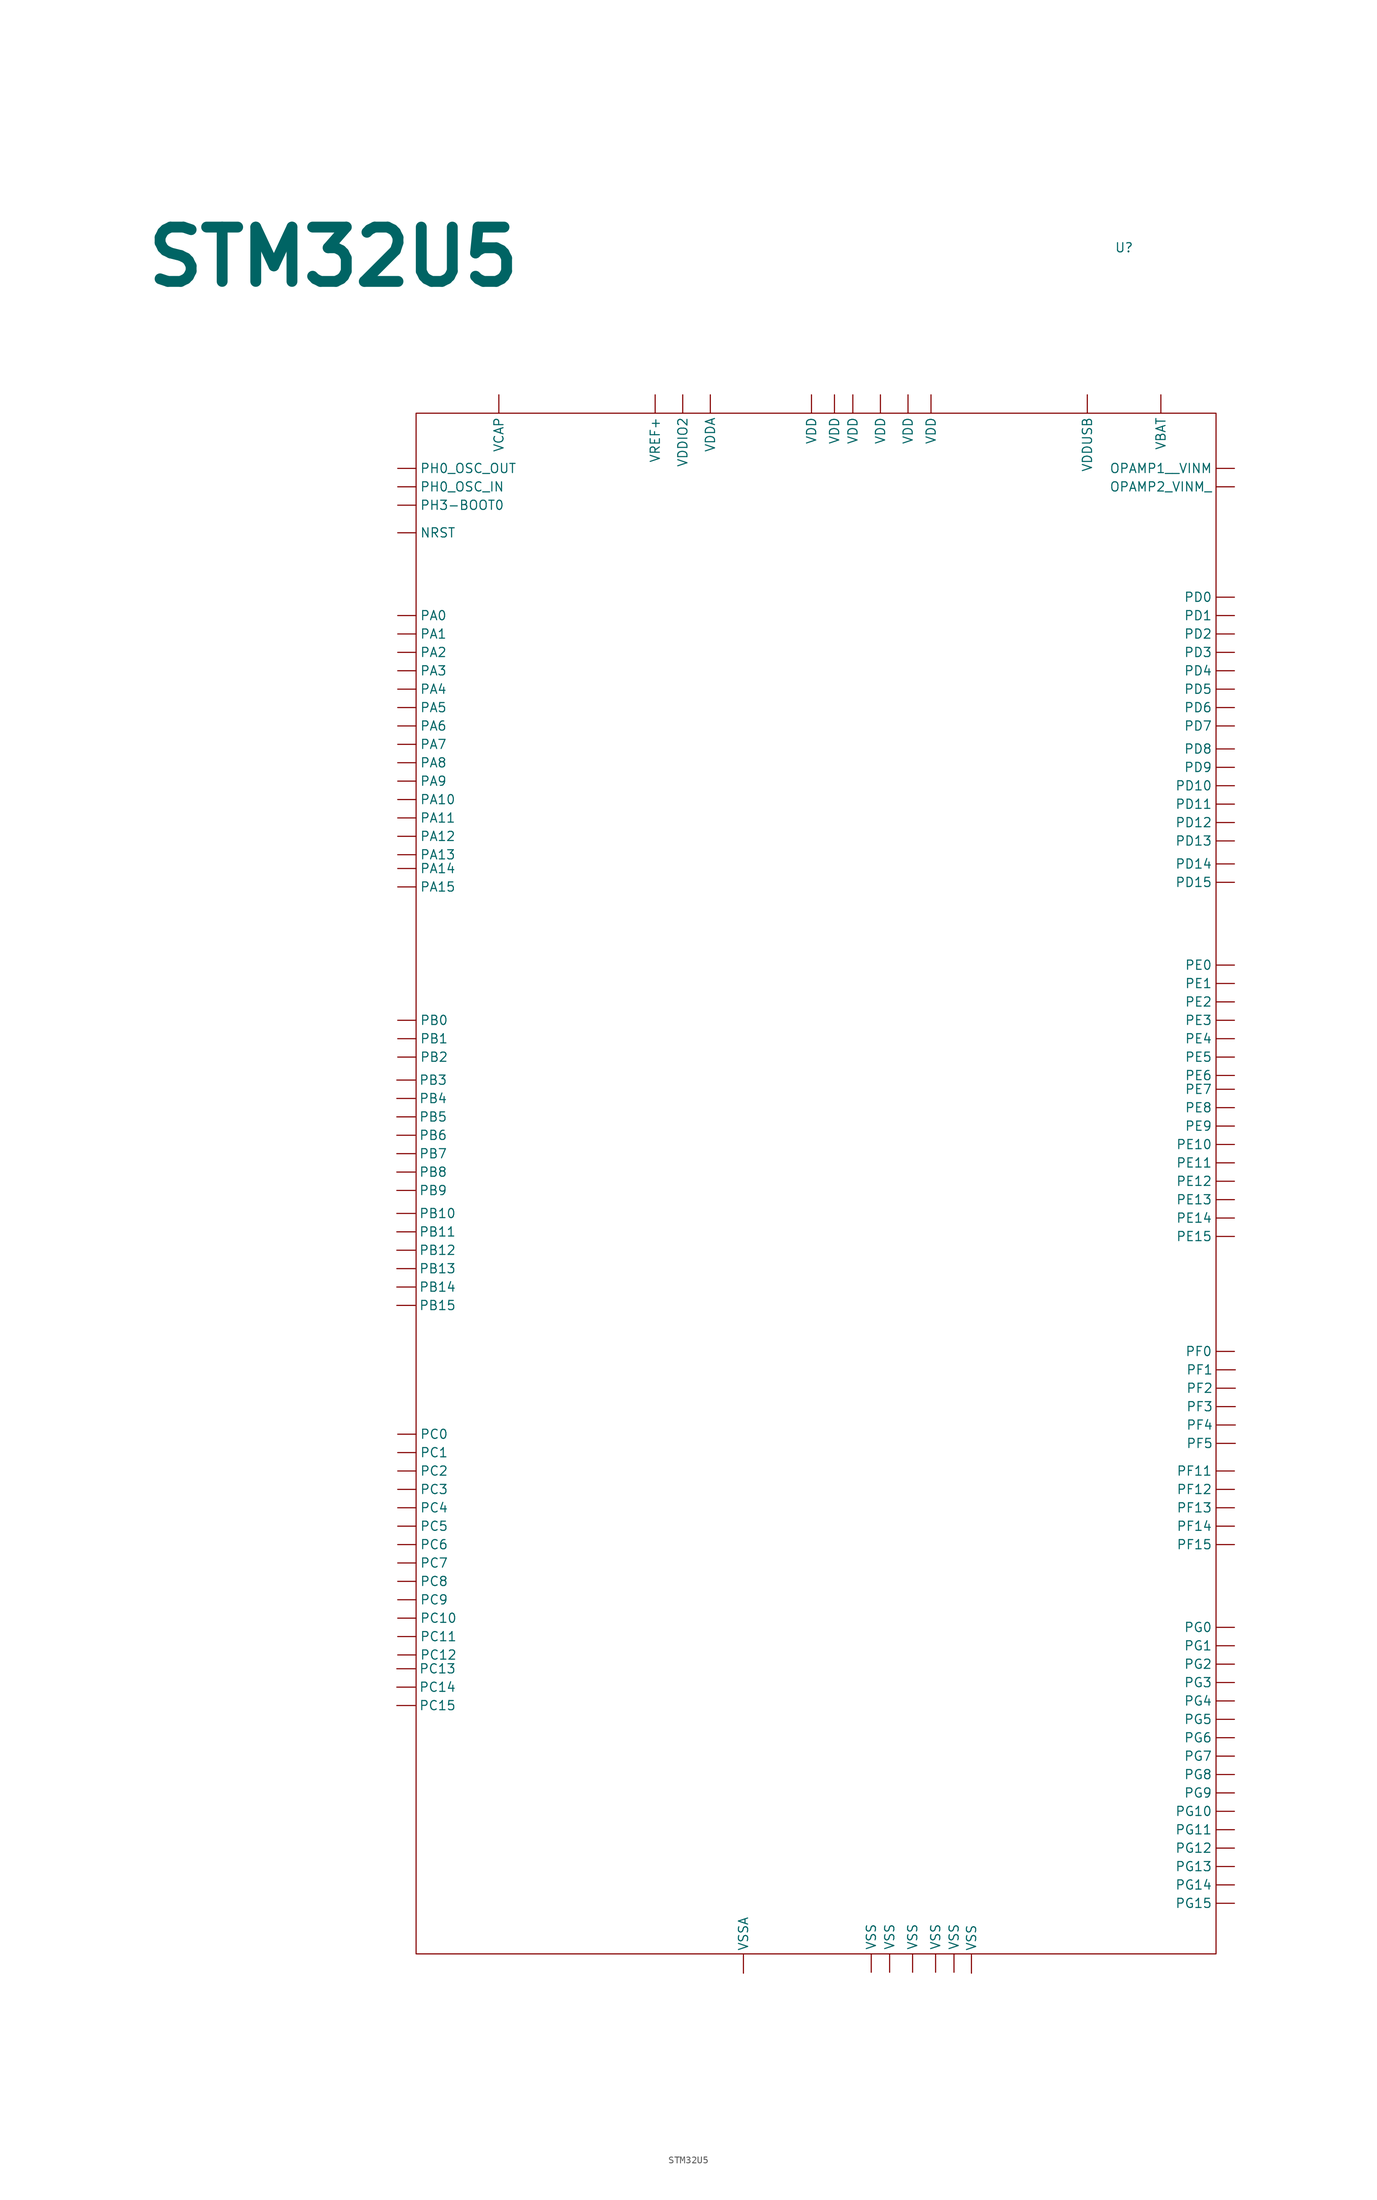
<source format=kicad_sym>
(kicad_symbol_lib
  (version 20211014)
  (generator kicad_symbol_editor)
  (symbol "STM32U5"
    (property "Reference" "U"
      (at 43.18 127 0)
      (effects (font (size 1.27 1.27))))
    (property "Value" "STM32U5"
      (at -66.04 125.73 0)
      (effects (font (size 7.5 7.5) bold)))
    (symbol "STM32U5_0_0"
      (pin input line (at -57.15 87.63 0) (length 2.54) (name "NRST" (effects (font (size 1.27 1.27)))) (number "" (effects (font (size 1.27 1.27)))))
      (pin input line (at 58.42 96.52 180) (length 2.54) (name "OPAMP1__VINM" (effects (font (size 1.27 1.27)))) (number "" (effects (font (size 1.27 1.27)))))
      (pin input line (at 58.42 93.98 180) (length 2.54) (name "OPAMP2_VINM_" (effects (font (size 1.27 1.27)))) (number "" (effects (font (size 1.27 1.27)))))
      (pin input line (at -57.15 76.2 0) (length 2.54) (name "PA0" (effects (font (size 1.27 1.27)))) (number "" (effects (font (size 1.27 1.27)))))
      (pin input line (at -57.15 73.66 0) (length 2.54) (name "PA1" (effects (font (size 1.27 1.27)))) (number "" (effects (font (size 1.27 1.27)))))
      (pin input line (at -57.15 50.8 0) (length 2.54) (name "PA10" (effects (font (size 1.27 1.27)))) (number "" (effects (font (size 1.27 1.27)))))
      (pin input line (at -57.15 48.26 0) (length 2.54) (name "PA11" (effects (font (size 1.27 1.27)))) (number "" (effects (font (size 1.27 1.27)))))
      (pin input line (at -57.15 45.72 0) (length 2.54) (name "PA12" (effects (font (size 1.27 1.27)))) (number "" (effects (font (size 1.27 1.27)))))
      (pin input line (at -57.15 43.18 0) (length 2.54) (name "PA13" (effects (font (size 1.27 1.27)))) (number "" (effects (font (size 1.27 1.27)))))
      (pin input line (at -57.15 41.275 0) (length 2.54) (name "PA14" (effects (font (size 1.27 1.27)))) (number "" (effects (font (size 1.27 1.27)))))
      (pin input line (at -57.15 38.735 0) (length 2.54) (name "PA15" (effects (font (size 1.27 1.27)))) (number "" (effects (font (size 1.27 1.27)))))
      (pin input line (at -57.15 71.12 0) (length 2.54) (name "PA2" (effects (font (size 1.27 1.27)))) (number "" (effects (font (size 1.27 1.27)))))
      (pin input line (at -57.15 68.58 0) (length 2.54) (name "PA3" (effects (font (size 1.27 1.27)))) (number "" (effects (font (size 1.27 1.27)))))
      (pin input line (at -57.15 66.04 0) (length 2.54) (name "PA4" (effects (font (size 1.27 1.27)))) (number "" (effects (font (size 1.27 1.27)))))
      (pin input line (at -57.15 63.5 0) (length 2.54) (name "PA5" (effects (font (size 1.27 1.27)))) (number "" (effects (font (size 1.27 1.27)))))
      (pin input line (at -57.15 60.96 0) (length 2.54) (name "PA6" (effects (font (size 1.27 1.27)))) (number "" (effects (font (size 1.27 1.27)))))
      (pin input line (at -57.15 58.42 0) (length 2.54) (name "PA7" (effects (font (size 1.27 1.27)))) (number "" (effects (font (size 1.27 1.27)))))
      (pin input line (at -57.15 55.88 0) (length 2.54) (name "PA8" (effects (font (size 1.27 1.27)))) (number "" (effects (font (size 1.27 1.27)))))
      (pin input line (at -57.15 53.34 0) (length 2.54) (name "PA9" (effects (font (size 1.27 1.27)))) (number "" (effects (font (size 1.27 1.27)))))
      (pin input line (at -57.15 20.32 0) (length 2.54) (name "PB0" (effects (font (size 1.27 1.27)))) (number "" (effects (font (size 1.27 1.27)))))
      (pin input line (at -57.15 17.78 0) (length 2.54) (name "PB1" (effects (font (size 1.27 1.27)))) (number "" (effects (font (size 1.27 1.27)))))
      (pin input line (at -57.277 -6.35 0) (length 2.54) (name "PB10" (effects (font (size 1.27 1.27)))) (number "" (effects (font (size 1.27 1.27)))))
      (pin input line (at -57.277 -8.89 0) (length 2.54) (name "PB11" (effects (font (size 1.27 1.27)))) (number "" (effects (font (size 1.27 1.27)))))
      (pin input line (at -57.277 -11.43 0) (length 2.54) (name "PB12" (effects (font (size 1.27 1.27)))) (number "" (effects (font (size 1.27 1.27)))))
      (pin input line (at -57.277 -13.97 0) (length 2.54) (name "PB13" (effects (font (size 1.27 1.27)))) (number "" (effects (font (size 1.27 1.27)))))
      (pin input line (at -57.277 -16.51 0) (length 2.54) (name "PB14" (effects (font (size 1.27 1.27)))) (number "" (effects (font (size 1.27 1.27)))))
      (pin input line (at -57.277 -19.05 0) (length 2.54) (name "PB15" (effects (font (size 1.27 1.27)))) (number "" (effects (font (size 1.27 1.27)))))
      (pin input line (at -57.15 15.24 0) (length 2.54) (name "PB2" (effects (font (size 1.27 1.27)))) (number "" (effects (font (size 1.27 1.27)))))
      (pin input line (at -57.277 12.065 0) (length 2.54) (name "PB3" (effects (font (size 1.27 1.27)))) (number "" (effects (font (size 1.27 1.27)))))
      (pin input line (at -57.277 9.525 0) (length 2.54) (name "PB4" (effects (font (size 1.27 1.27)))) (number "" (effects (font (size 1.27 1.27)))))
      (pin input line (at -57.277 6.985 0) (length 2.54) (name "PB5" (effects (font (size 1.27 1.27)))) (number "" (effects (font (size 1.27 1.27)))))
      (pin input line (at -57.277 4.445 0) (length 2.54) (name "PB6" (effects (font (size 1.27 1.27)))) (number "" (effects (font (size 1.27 1.27)))))
      (pin input line (at -57.277 1.905 0) (length 2.54) (name "PB7" (effects (font (size 1.27 1.27)))) (number "" (effects (font (size 1.27 1.27)))))
      (pin input line (at -57.277 -0.635 0) (length 2.54) (name "PB8" (effects (font (size 1.27 1.27)))) (number "" (effects (font (size 1.27 1.27)))))
      (pin input line (at -57.277 -3.175 0) (length 2.54) (name "PB9" (effects (font (size 1.27 1.27)))) (number "" (effects (font (size 1.27 1.27)))))
      (pin input line (at -57.15 -36.83 0) (length 2.54) (name "PC0" (effects (font (size 1.27 1.27)))) (number "" (effects (font (size 1.27 1.27)))))
      (pin input line (at -57.15 -39.37 0) (length 2.54) (name "PC1" (effects (font (size 1.27 1.27)))) (number "" (effects (font (size 1.27 1.27)))))
      (pin input line (at -57.15 -62.23 0) (length 2.54) (name "PC10" (effects (font (size 1.27 1.27)))) (number "" (effects (font (size 1.27 1.27)))))
      (pin input line (at -57.15 -64.77 0) (length 2.54) (name "PC11" (effects (font (size 1.27 1.27)))) (number "" (effects (font (size 1.27 1.27)))))
      (pin input line (at -57.15 -67.31 0) (length 2.54) (name "PC12" (effects (font (size 1.27 1.27)))) (number "" (effects (font (size 1.27 1.27)))))
      (pin input line (at -57.15 -41.91 0) (length 2.54) (name "PC2" (effects (font (size 1.27 1.27)))) (number "" (effects (font (size 1.27 1.27)))))
      (pin input line (at -57.15 -44.45 0) (length 2.54) (name "PC3" (effects (font (size 1.27 1.27)))) (number "" (effects (font (size 1.27 1.27)))))
      (pin input line (at -57.15 -46.99 0) (length 2.54) (name "PC4" (effects (font (size 1.27 1.27)))) (number "" (effects (font (size 1.27 1.27)))))
      (pin input line (at -57.15 -49.53 0) (length 2.54) (name "PC5" (effects (font (size 1.27 1.27)))) (number "" (effects (font (size 1.27 1.27)))))
      (pin input line (at -57.15 -52.07 0) (length 2.54) (name "PC6" (effects (font (size 1.27 1.27)))) (number "" (effects (font (size 1.27 1.27)))))
      (pin input line (at -57.15 -54.61 0) (length 2.54) (name "PC7" (effects (font (size 1.27 1.27)))) (number "" (effects (font (size 1.27 1.27)))))
      (pin input line (at -57.15 -57.15 0) (length 2.54) (name "PC8" (effects (font (size 1.27 1.27)))) (number "" (effects (font (size 1.27 1.27)))))
      (pin input line (at -57.15 -59.69 0) (length 2.54) (name "PC9" (effects (font (size 1.27 1.27)))) (number "" (effects (font (size 1.27 1.27)))))
      (pin input line (at 58.42 78.74 180) (length 2.54) (name "PD0" (effects (font (size 1.27 1.27)))) (number "" (effects (font (size 1.27 1.27)))))
      (pin input line (at 58.42 76.2 180) (length 2.54) (name "PD1" (effects (font (size 1.27 1.27)))) (number "" (effects (font (size 1.27 1.27)))))
      (pin input line (at 58.42 52.705 180) (length 2.54) (name "PD10" (effects (font (size 1.27 1.27)))) (number "" (effects (font (size 1.27 1.27)))))
      (pin input line (at 58.42 50.165 180) (length 2.54) (name "PD11" (effects (font (size 1.27 1.27)))) (number "" (effects (font (size 1.27 1.27)))))
      (pin input line (at 58.42 47.625 180) (length 2.54) (name "PD12" (effects (font (size 1.27 1.27)))) (number "" (effects (font (size 1.27 1.27)))))
      (pin input line (at 58.42 45.085 180) (length 2.54) (name "PD13" (effects (font (size 1.27 1.27)))) (number "" (effects (font (size 1.27 1.27)))))
      (pin input line (at 58.42 41.91 180) (length 2.54) (name "PD14" (effects (font (size 1.27 1.27)))) (number "" (effects (font (size 1.27 1.27)))))
      (pin input line (at 58.42 39.37 180) (length 2.54) (name "PD15" (effects (font (size 1.27 1.27)))) (number "" (effects (font (size 1.27 1.27)))))
      (pin input line (at 58.42 73.66 180) (length 2.54) (name "PD2" (effects (font (size 1.27 1.27)))) (number "" (effects (font (size 1.27 1.27)))))
      (pin input line (at 58.42 71.12 180) (length 2.54) (name "PD3" (effects (font (size 1.27 1.27)))) (number "" (effects (font (size 1.27 1.27)))))
      (pin input line (at 58.42 68.58 180) (length 2.54) (name "PD4" (effects (font (size 1.27 1.27)))) (number "" (effects (font (size 1.27 1.27)))))
      (pin input line (at 58.42 66.04 180) (length 2.54) (name "PD5" (effects (font (size 1.27 1.27)))) (number "" (effects (font (size 1.27 1.27)))))
      (pin input line (at 58.42 63.5 180) (length 2.54) (name "PD6" (effects (font (size 1.27 1.27)))) (number "" (effects (font (size 1.27 1.27)))))
      (pin input line (at 58.42 60.96 180) (length 2.54) (name "PD7" (effects (font (size 1.27 1.27)))) (number "" (effects (font (size 1.27 1.27)))))
      (pin input line (at 58.42 57.785 180) (length 2.54) (name "PD8" (effects (font (size 1.27 1.27)))) (number "" (effects (font (size 1.27 1.27)))))
      (pin input line (at 58.42 55.245 180) (length 2.54) (name "PD9" (effects (font (size 1.27 1.27)))) (number "" (effects (font (size 1.27 1.27)))))
      (pin input line (at 58.42 27.94 180) (length 2.54) (name "PE0" (effects (font (size 1.27 1.27)))) (number "" (effects (font (size 1.27 1.27)))))
      (pin input line (at 58.42 25.4 180) (length 2.54) (name "PE1" (effects (font (size 1.27 1.27)))) (number "" (effects (font (size 1.27 1.27)))))
      (pin input line (at 58.42 3.175 180) (length 2.54) (name "PE10" (effects (font (size 1.27 1.27)))) (number "" (effects (font (size 1.27 1.27)))))
      (pin input line (at 58.42 0.635 180) (length 2.54) (name "PE11" (effects (font (size 1.27 1.27)))) (number "" (effects (font (size 1.27 1.27)))))
      (pin input line (at 58.42 -1.905 180) (length 2.54) (name "PE12" (effects (font (size 1.27 1.27)))) (number "" (effects (font (size 1.27 1.27)))))
      (pin input line (at 58.42 -4.445 180) (length 2.54) (name "PE13" (effects (font (size 1.27 1.27)))) (number "" (effects (font (size 1.27 1.27)))))
      (pin input line (at 58.42 -6.985 180) (length 2.54) (name "PE14" (effects (font (size 1.27 1.27)))) (number "" (effects (font (size 1.27 1.27)))))
      (pin input line (at 58.42 -9.525 180) (length 2.54) (name "PE15" (effects (font (size 1.27 1.27)))) (number "" (effects (font (size 1.27 1.27)))))
      (pin input line (at 58.42 10.795 180) (length 2.54) (name "PE7" (effects (font (size 1.27 1.27)))) (number "" (effects (font (size 1.27 1.27)))))
      (pin input line (at 58.42 8.255 180) (length 2.54) (name "PE8" (effects (font (size 1.27 1.27)))) (number "" (effects (font (size 1.27 1.27)))))
      (pin input line (at 58.42 5.715 180) (length 2.54) (name "PE9" (effects (font (size 1.27 1.27)))) (number "" (effects (font (size 1.27 1.27)))))
      (pin input line (at 58.42 -25.4 180) (length 2.54) (name "PF0" (effects (font (size 1.27 1.27)))) (number "" (effects (font (size 1.27 1.27)))))
      (pin input line (at 58.42 -41.91 180) (length 2.54) (name "PF11" (effects (font (size 1.27 1.27)))) (number "" (effects (font (size 1.27 1.27)))))
      (pin input line (at 58.42 -44.45 180) (length 2.54) (name "PF12" (effects (font (size 1.27 1.27)))) (number "" (effects (font (size 1.27 1.27)))))
      (pin input line (at 58.42 -46.99 180) (length 2.54) (name "PF13" (effects (font (size 1.27 1.27)))) (number "" (effects (font (size 1.27 1.27)))))
      (pin input line (at 58.42 -49.53 180) (length 2.54) (name "PF14" (effects (font (size 1.27 1.27)))) (number "" (effects (font (size 1.27 1.27)))))
      (pin input line (at 58.42 -52.07 180) (length 2.54) (name "PF15" (effects (font (size 1.27 1.27)))) (number "" (effects (font (size 1.27 1.27)))))
      (pin input line (at 58.42 -63.5 180) (length 2.54) (name "PG0" (effects (font (size 1.27 1.27)))) (number "" (effects (font (size 1.27 1.27)))))
      (pin input line (at 58.42 -66.04 180) (length 2.54) (name "PG1" (effects (font (size 1.27 1.27)))) (number "" (effects (font (size 1.27 1.27)))))
      (pin input line (at 58.42 -88.9 180) (length 2.54) (name "PG10" (effects (font (size 1.27 1.27)))) (number "" (effects (font (size 1.27 1.27)))))
      (pin input line (at 58.42 -91.44 180) (length 2.54) (name "PG11" (effects (font (size 1.27 1.27)))) (number "" (effects (font (size 1.27 1.27)))))
      (pin input line (at 58.42 -93.98 180) (length 2.54) (name "PG12" (effects (font (size 1.27 1.27)))) (number "" (effects (font (size 1.27 1.27)))))
      (pin input line (at 58.42 -96.52 180) (length 2.54) (name "PG13" (effects (font (size 1.27 1.27)))) (number "" (effects (font (size 1.27 1.27)))))
      (pin input line (at 58.42 -99.06 180) (length 2.54) (name "PG14" (effects (font (size 1.27 1.27)))) (number "" (effects (font (size 1.27 1.27)))))
      (pin input line (at 58.42 -101.6 180) (length 2.54) (name "PG15" (effects (font (size 1.27 1.27)))) (number "" (effects (font (size 1.27 1.27)))))
      (pin input line (at 58.42 -68.58 180) (length 2.54) (name "PG2" (effects (font (size 1.27 1.27)))) (number "" (effects (font (size 1.27 1.27)))))
      (pin input line (at 58.42 -71.12 180) (length 2.54) (name "PG3" (effects (font (size 1.27 1.27)))) (number "" (effects (font (size 1.27 1.27)))))
      (pin input line (at 58.42 -73.66 180) (length 2.54) (name "PG4" (effects (font (size 1.27 1.27)))) (number "" (effects (font (size 1.27 1.27)))))
      (pin input line (at 58.42 -76.2 180) (length 2.54) (name "PG5" (effects (font (size 1.27 1.27)))) (number "" (effects (font (size 1.27 1.27)))))
      (pin input line (at 58.42 -78.74 180) (length 2.54) (name "PG6" (effects (font (size 1.27 1.27)))) (number "" (effects (font (size 1.27 1.27)))))
      (pin input line (at 58.42 -81.28 180) (length 2.54) (name "PG7" (effects (font (size 1.27 1.27)))) (number "" (effects (font (size 1.27 1.27)))))
      (pin input line (at 58.42 -83.82 180) (length 2.54) (name "PG8" (effects (font (size 1.27 1.27)))) (number "" (effects (font (size 1.27 1.27)))))
      (pin input line (at 58.42 -86.36 180) (length 2.54) (name "PG9" (effects (font (size 1.27 1.27)))) (number "" (effects (font (size 1.27 1.27)))))
      (pin input line (at -57.15 91.44 0) (length 2.54) (name "PH3-BOOT0" (effects (font (size 1.27 1.27)))) (number "" (effects (font (size 1.27 1.27)))))
      (pin power_in line (at -43.18 106.68 270) (length 2.54) (name "VCAP" (effects (font (size 1.27 1.27)))) (number "" (effects (font (size 1.27 1.27)))))
      (pin power_in line (at 0 106.68 270) (length 2.54) (name "VDD" (effects (font (size 1.27 1.27)))) (number "" (effects (font (size 1.27 1.27)))))
      (pin power_in line (at 3.175 106.68 270) (length 2.54) (name "VDD" (effects (font (size 1.27 1.27)))) (number "" (effects (font (size 1.27 1.27)))))
      (pin power_in line (at 5.715 106.68 270) (length 2.54) (name "VDD" (effects (font (size 1.27 1.27)))) (number "" (effects (font (size 1.27 1.27)))))
      (pin power_in line (at 9.525 106.68 270) (length 2.54) (name "VDD" (effects (font (size 1.27 1.27)))) (number "" (effects (font (size 1.27 1.27)))))
      (pin power_in line (at 13.335 106.68 270) (length 2.54) (name "VDD" (effects (font (size 1.27 1.27)))) (number "" (effects (font (size 1.27 1.27)))))
      (pin power_in line (at -13.97 106.68 270) (length 2.54) (name "VDDA" (effects (font (size 1.27 1.27)))) (number "" (effects (font (size 1.27 1.27)))))
      (pin power_in line (at -17.78 106.68 270) (length 2.54) (name "VDDIO2" (effects (font (size 1.27 1.27)))) (number "" (effects (font (size 1.27 1.27)))))
      (pin power_in line (at 38.1 106.68 270) (length 2.54) (name "VDDUSB" (effects (font (size 1.27 1.27)))) (number "" (effects (font (size 1.27 1.27)))))
      (pin power_in line (at -21.59 106.68 270) (length 2.54) (name "VREF+" (effects (font (size 1.27 1.27)))) (number "" (effects (font (size 1.27 1.27)))))
      (pin power_out line (at 8.255 -111.125 90) (length 2.54) (name "VSS" (effects (font (size 1.27 1.27)))) (number "" (effects (font (size 1.27 1.27)))))
      (pin power_out line (at 10.795 -111.125 90) (length 2.54) (name "VSS" (effects (font (size 1.27 1.27)))) (number "" (effects (font (size 1.27 1.27)))))
      (pin power_out line (at 13.97 -111.125 90) (length 2.54) (name "VSS" (effects (font (size 1.27 1.27)))) (number "" (effects (font (size 1.27 1.27)))))
      (pin power_out line (at 17.145 -111.125 90) (length 2.54) (name "VSS" (effects (font (size 1.27 1.27)))) (number "" (effects (font (size 1.27 1.27)))))
      (pin power_out line (at 19.685 -111.125 90) (length 2.54) (name "VSS" (effects (font (size 1.27 1.27)))) (number "" (effects (font (size 1.27 1.27)))))
      (pin power_out line (at -9.398 -111.252 90) (length 2.54) (name "VSSA" (effects (font (size 1.27 1.27)))) (number "" (effects (font (size 1.27 1.27))))))
    (symbol "STM32U5_0_1"
      (rectangle (start -54.61 104.14) (end 55.88 -108.585) (stroke (width 0) (type default) (color 0 0 0 0)) (fill (type none))))
    (symbol "STM32U5_1_1"
      (pin input line (at -57.277 -69.215 0) (length 2.54) (name "PC13" (effects (font (size 1.27 1.27)))) (number "" (effects (font (size 1.27 1.27)))))
      (pin input line (at -57.277 -71.755 0) (length 2.54) (name "PC14" (effects (font (size 1.27 1.27)))) (number "" (effects (font (size 1.27 1.27)))))
      (pin input line (at -57.277 -74.295 0) (length 2.54) (name "PC15" (effects (font (size 1.27 1.27)))) (number "" (effects (font (size 1.27 1.27)))))
      (pin input line (at 58.42 22.86 180) (length 2.54) (name "PE2" (effects (font (size 1.27 1.27)))) (number "" (effects (font (size 1.27 1.27)))))
      (pin input line (at 58.42 20.32 180) (length 2.54) (name "PE3" (effects (font (size 1.27 1.27)))) (number "" (effects (font (size 1.27 1.27)))))
      (pin input line (at 58.42 17.78 180) (length 2.54) (name "PE4" (effects (font (size 1.27 1.27)))) (number "" (effects (font (size 1.27 1.27)))))
      (pin input line (at 58.42 15.24 180) (length 2.54) (name "PE5" (effects (font (size 1.27 1.27)))) (number "" (effects (font (size 1.27 1.27)))))
      (pin input line (at 58.42 12.7 180) (length 2.54) (name "PE6" (effects (font (size 1.27 1.27)))) (number "" (effects (font (size 1.27 1.27)))))
      (pin input line (at 58.547 -27.94 180) (length 2.54) (name "PF1" (effects (font (size 1.27 1.27)))) (number "" (effects (font (size 1.27 1.27)))))
      (pin input line (at 58.547 -30.48 180) (length 2.54) (name "PF2" (effects (font (size 1.27 1.27)))) (number "" (effects (font (size 1.27 1.27)))))
      (pin input line (at 58.547 -33.02 180) (length 2.54) (name "PF3" (effects (font (size 1.27 1.27)))) (number "" (effects (font (size 1.27 1.27)))))
      (pin input line (at 58.547 -35.56 180) (length 2.54) (name "PF4" (effects (font (size 1.27 1.27)))) (number "" (effects (font (size 1.27 1.27)))))
      (pin input line (at 58.547 -38.1 180) (length 2.54) (name "PF5" (effects (font (size 1.27 1.27)))) (number "" (effects (font (size 1.27 1.27)))))
      (pin input line (at -57.15 93.98 0) (length 2.54) (name "PH0_OSC_IN" (effects (font (size 1.27 1.27)))) (number "" (effects (font (size 1.27 1.27)))))
      (pin input line (at -57.15 96.52 0) (length 2.54) (name "PH0_OSC_OUT" (effects (font (size 1.27 1.27)))) (number "" (effects (font (size 1.27 1.27)))))
      (pin power_in line (at 48.26 106.68 270) (length 2.54) (name "VBAT" (effects (font (size 1.27 1.27)))) (number "" (effects (font (size 1.27 1.27)))))
      (pin power_in line (at 16.51 106.68 270) (length 2.54) (name "VDD" (effects (font (size 1.27 1.27)))) (number "" (effects (font (size 1.27 1.27)))))
      (pin power_out line (at 22.098 -111.252 90) (length 2.54) (name "VSS" (effects (font (size 1.27 1.27)))) (number "" (effects (font (size 1.27 1.27))))))))
</source>
